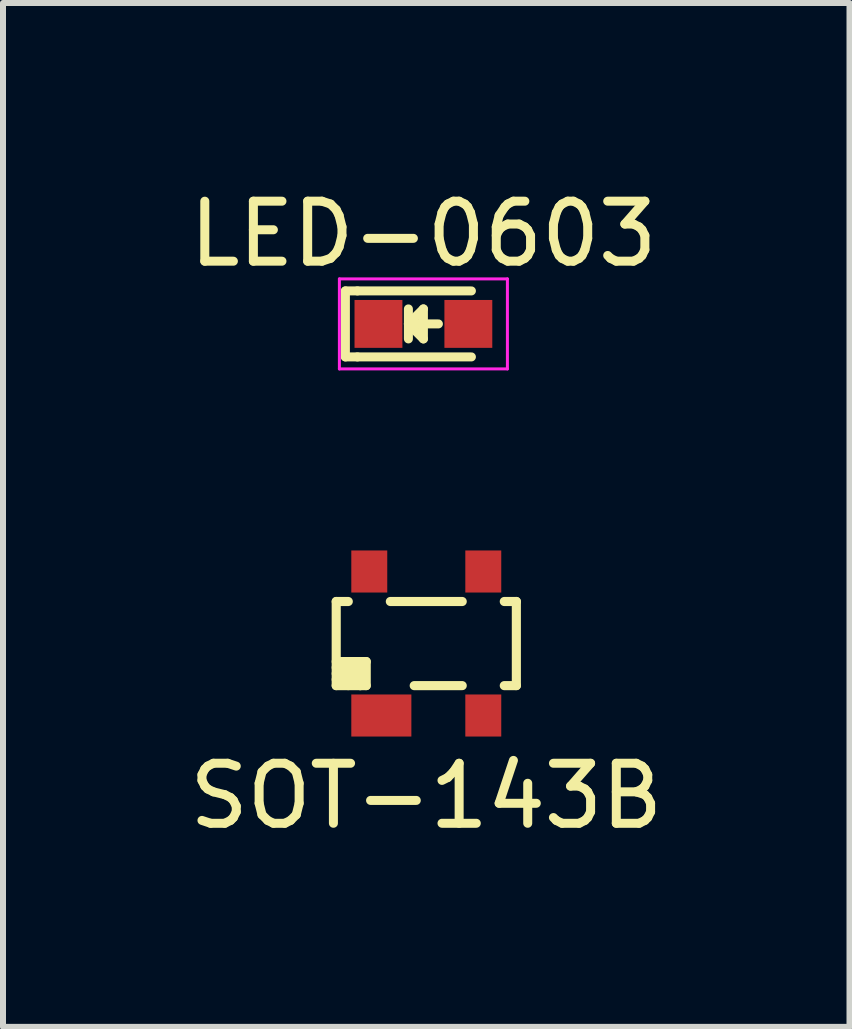
<source format=kicad_pcb>
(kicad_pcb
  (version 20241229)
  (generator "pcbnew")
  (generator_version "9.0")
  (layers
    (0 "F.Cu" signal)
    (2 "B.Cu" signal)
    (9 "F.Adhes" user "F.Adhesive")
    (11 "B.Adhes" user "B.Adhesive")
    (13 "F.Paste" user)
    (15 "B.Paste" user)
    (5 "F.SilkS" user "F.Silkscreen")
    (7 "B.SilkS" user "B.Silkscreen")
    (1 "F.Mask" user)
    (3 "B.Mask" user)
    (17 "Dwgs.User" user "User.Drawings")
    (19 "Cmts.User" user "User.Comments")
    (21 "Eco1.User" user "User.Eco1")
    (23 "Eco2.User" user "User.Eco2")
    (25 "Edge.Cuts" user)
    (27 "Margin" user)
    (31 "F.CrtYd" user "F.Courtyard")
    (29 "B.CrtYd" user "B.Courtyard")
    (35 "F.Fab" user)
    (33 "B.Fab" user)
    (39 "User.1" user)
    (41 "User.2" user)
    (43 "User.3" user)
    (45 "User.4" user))
  (footprint "SOT-143B"
    (layer "F.Cu")
    (at 4.054 7.675)
    (property "Reference" "SOT-143B" (at 0 2.54 0) (layer "F.SilkS") (effects (font (size 1 1) (thickness 0.15))))
    (attr smd)
    (fp_line (start -1.501 -0.701) (end -1.501 0.701) (stroke (width 0.152) (type solid)) (layer "F.SilkS"))
    (fp_line (start -1.501 -0.701) (end -1.3 -0.701) (stroke (width 0.152) (type solid)) (layer "F.SilkS"))
    (fp_line (start -1.501 0.3) (end -1.1 0.3) (stroke (width 0.152) (type solid)) (layer "F.SilkS"))
    (fp_line (start -1.501 0.5) (end -1.1 0.5) (stroke (width 0.152) (type solid)) (layer "F.SilkS"))
    (fp_line (start -1.501 0.701) (end -1.3 0.701) (stroke (width 0.152) (type solid)) (layer "F.SilkS"))
    (fp_line (start -1.1 0.3) (end -1.1 0.701) (stroke (width 0.152) (type solid)) (layer "F.SilkS"))
    (fp_line (start -1.1 0.3) (end -1.001 0.3) (stroke (width 0.152) (type solid)) (layer "F.SilkS"))
    (fp_line (start -1.1 0.399) (end -1.501 0.399) (stroke (width 0.152) (type solid)) (layer "F.SilkS"))
    (fp_line (start -1.1 0.599) (end -1.501 0.599) (stroke (width 0.152) (type solid)) (layer "F.SilkS"))
    (fp_line (start -1.1 0.701) (end -1.3 0.701) (stroke (width 0.152) (type solid)) (layer "F.SilkS"))
    (fp_line (start -1.001 0.3) (end -1.001 0.701) (stroke (width 0.152) (type solid)) (layer "F.SilkS"))
    (fp_line (start -1.001 0.701) (end -1.1 0.701) (stroke (width 0.152) (type solid)) (layer "F.SilkS"))
    (fp_line (start -0.599 -0.701) (end 0.599 -0.701) (stroke (width 0.152) (type solid)) (layer "F.SilkS"))
    (fp_line (start -0.201 0.701) (end 0.599 0.701) (stroke (width 0.152) (type solid)) (layer "F.SilkS"))
    (fp_line (start 1.3 -0.701) (end 1.501 -0.701) (stroke (width 0.152) (type solid)) (layer "F.SilkS"))
    (fp_line (start 1.501 -0.701) (end 1.501 0.701) (stroke (width 0.152) (type solid)) (layer "F.SilkS"))
    (fp_line (start 1.501 0.701) (end 1.3 0.701) (stroke (width 0.152) (type solid)) (layer "F.SilkS"))
    (pad "1" smd rect (at -0.749 1.199) (size 1.001 0.701) (layers "F.Cu" "F.Mask" "F.Paste"))
    (pad "2" smd rect (at 0.95 1.199) (size 0.599 0.701) (layers "F.Cu" "F.Mask" "F.Paste"))
    (pad "3" smd rect (at 0.95 -1.201) (size 0.599 0.701) (layers "F.Cu" "F.Mask" "F.Paste"))
    (pad "4" smd rect (at -0.95 -1.201) (size 0.599 0.701) (layers "F.Cu" "F.Mask" "F.Paste")))
  (footprint "LED-0603"
    (layer "F.Cu")
    (at 4.006 2.348)
    (property "Reference" "LED-0603" (at 0 -1.5 0) (layer "F.SilkS") (effects (font (size 1 1) (thickness 0.15))))
    (attr smd)
    (fp_line (start -1.3 -0.55) (end -1.3 0.55) (stroke (width 0.15) (type solid)) (layer "F.SilkS"))
    (fp_line (start -1.3 0.55) (end -1.1 0.55) (stroke (width 0.15) (type solid)) (layer "F.SilkS"))
    (fp_line (start -1.1 -0.55) (end -1.3 -0.55) (stroke (width 0.15) (type solid)) (layer "F.SilkS"))
    (fp_line (start -1.1 -0.55) (end 0.8 -0.55) (stroke (width 0.15) (type solid)) (layer "F.SilkS"))
    (fp_line (start -1.1 0.55) (end 0.8 0.55) (stroke (width 0.15) (type solid)) (layer "F.SilkS"))
    (fp_line (start -0.25 -0.25) (end -0.25 0.25) (stroke (width 0.15) (type solid)) (layer "F.SilkS"))
    (fp_line (start -0.25 0) (end 0 -0.25) (stroke (width 0.15) (type solid)) (layer "F.SilkS"))
    (fp_line (start -0.2 0) (end 0.25 0) (stroke (width 0.15) (type solid)) (layer "F.SilkS"))
    (fp_line (start 0 -0.25) (end 0 0.25) (stroke (width 0.15) (type solid)) (layer "F.SilkS"))
    (fp_line (start 0 0.25) (end -0.25 0) (stroke (width 0.15) (type solid)) (layer "F.SilkS"))
    (fp_line (start -1.4 -0.75) (end 1.4 -0.75) (stroke (width 0.05) (type solid)) (layer "F.CrtYd"))
    (fp_line (start -1.4 0.75) (end -1.4 -0.75) (stroke (width 0.05) (type solid)) (layer "F.CrtYd"))
    (fp_line (start 1.4 -0.75) (end 1.4 0.75) (stroke (width 0.05) (type solid)) (layer "F.CrtYd"))
    (fp_line (start 1.4 0.75) (end -1.4 0.75) (stroke (width 0.05) (type solid)) (layer "F.CrtYd"))
    (pad "1" smd rect (at 0.749 0 180) (size 0.798 0.798) (layers "F.Cu" "F.Mask" "F.Paste"))
    (pad "2" smd rect (at -0.749 0 180) (size 0.798 0.798) (layers "F.Cu" "F.Mask" "F.Paste")))
  (gr_rect
    (start -3 -3)
    (end 11.107 14.063)
    (stroke (width 0.1) (type default))
    (fill no)
    (layer "Edge.Cuts")))
</source>
